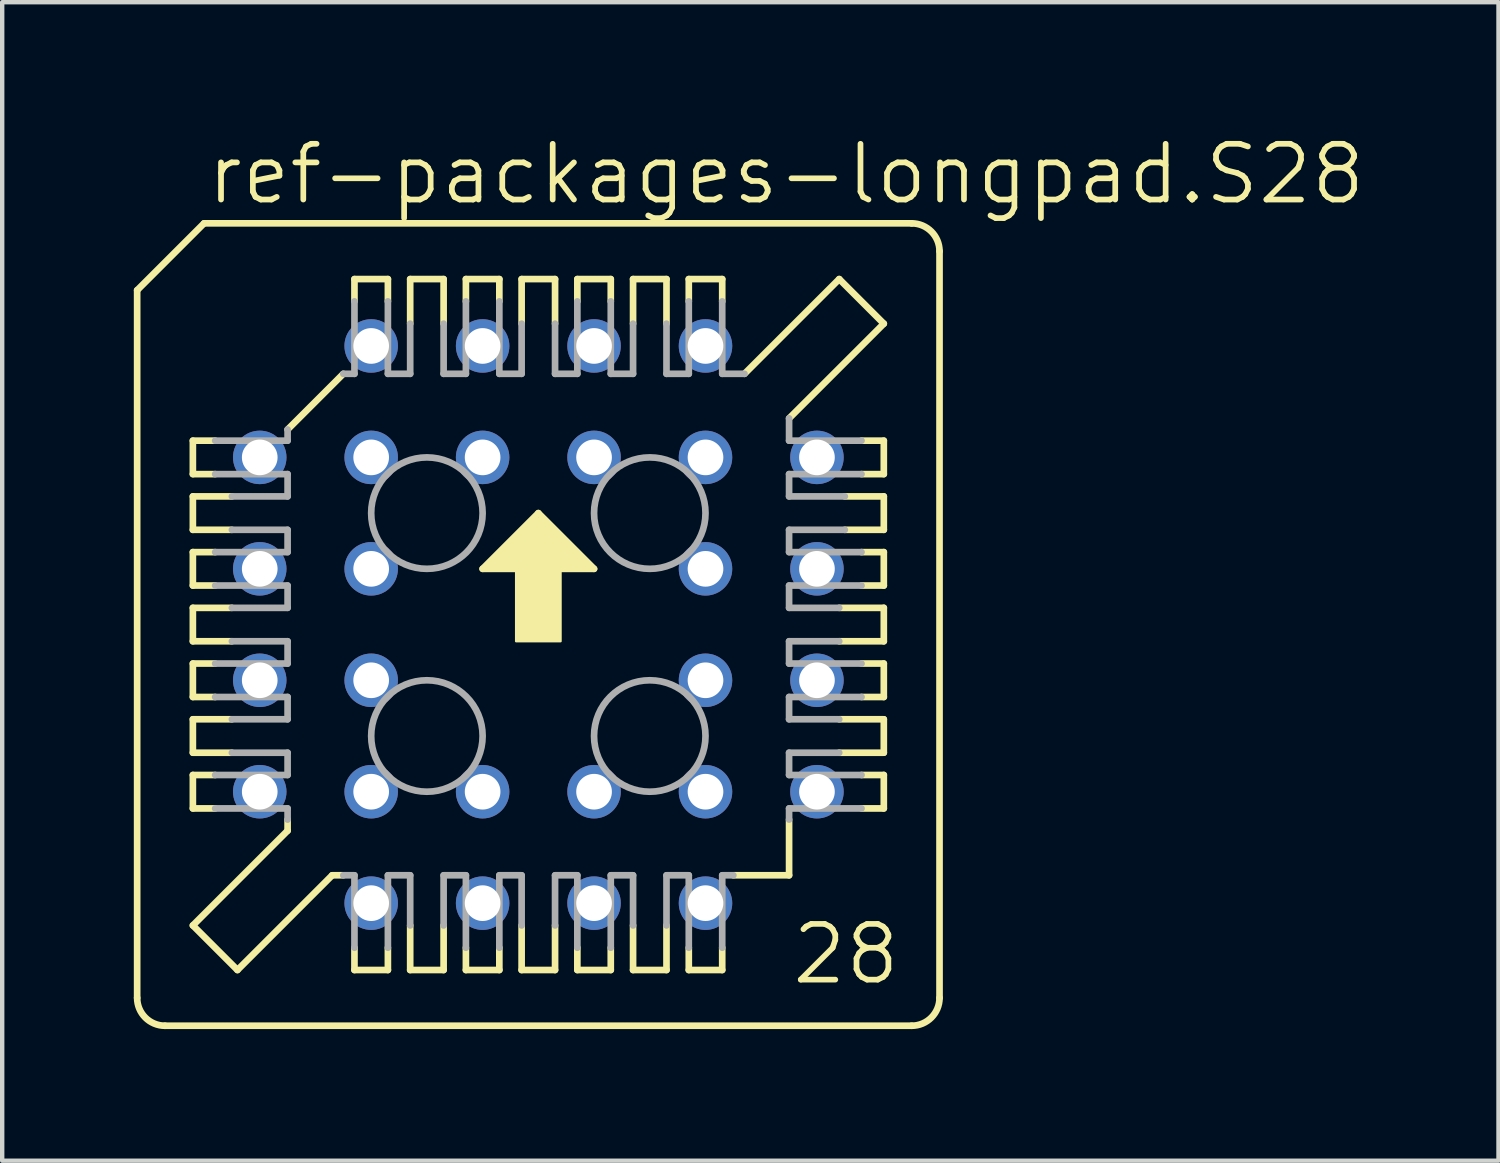
<source format=kicad_pcb>
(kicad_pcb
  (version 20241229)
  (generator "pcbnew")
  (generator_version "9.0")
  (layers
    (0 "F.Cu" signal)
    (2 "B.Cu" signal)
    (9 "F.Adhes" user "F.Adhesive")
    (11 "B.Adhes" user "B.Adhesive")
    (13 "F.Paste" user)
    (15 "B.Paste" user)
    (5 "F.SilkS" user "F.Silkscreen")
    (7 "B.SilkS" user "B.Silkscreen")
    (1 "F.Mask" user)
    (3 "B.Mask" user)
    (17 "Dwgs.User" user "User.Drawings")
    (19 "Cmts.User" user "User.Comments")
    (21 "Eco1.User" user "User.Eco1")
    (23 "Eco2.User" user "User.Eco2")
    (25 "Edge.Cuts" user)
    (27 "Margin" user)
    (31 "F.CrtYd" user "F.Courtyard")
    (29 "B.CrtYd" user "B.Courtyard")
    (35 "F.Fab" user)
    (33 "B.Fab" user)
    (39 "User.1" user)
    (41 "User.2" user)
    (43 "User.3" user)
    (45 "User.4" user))
  (footprint "ref-packages-longpad.S28"
    (layer "F.Cu")
    (at 9.22 11.185)
    (property "Reference" "ref-packages-longpad.S28" (at -7.62 -9.525 0) (layer "F.SilkS") (effects (font (size 1.27 1.27) (thickness 0.13)) (justify left bottom)))
    (attr through_hole)
    (fp_line (start -9.144 -7.62) (end -9.144 8.509) (stroke (width 0.152) (type default)) (layer "F.SilkS"))
    (fp_line (start -7.874 -4.191) (end -7.366 -4.191) (stroke (width 0.152) (type default)) (layer "F.SilkS"))
    (fp_line (start -7.874 -3.429) (end -7.874 -4.191) (stroke (width 0.152) (type default)) (layer "F.SilkS"))
    (fp_line (start -7.874 -2.921) (end -6.985 -2.921) (stroke (width 0.152) (type default)) (layer "F.SilkS"))
    (fp_line (start -7.874 -2.159) (end -7.874 -2.921) (stroke (width 0.152) (type default)) (layer "F.SilkS"))
    (fp_line (start -7.874 -1.651) (end -7.366 -1.651) (stroke (width 0.152) (type default)) (layer "F.SilkS"))
    (fp_line (start -7.874 -0.889) (end -7.874 -1.651) (stroke (width 0.152) (type default)) (layer "F.SilkS"))
    (fp_line (start -7.874 -0.381) (end -6.985 -0.381) (stroke (width 0.152) (type default)) (layer "F.SilkS"))
    (fp_line (start -7.874 0.381) (end -7.874 -0.381) (stroke (width 0.152) (type default)) (layer "F.SilkS"))
    (fp_line (start -7.874 0.889) (end -7.366 0.889) (stroke (width 0.152) (type default)) (layer "F.SilkS"))
    (fp_line (start -7.874 1.651) (end -7.874 0.889) (stroke (width 0.152) (type default)) (layer "F.SilkS"))
    (fp_line (start -7.874 2.159) (end -6.985 2.159) (stroke (width 0.152) (type default)) (layer "F.SilkS"))
    (fp_line (start -7.874 2.921) (end -7.874 2.159) (stroke (width 0.152) (type default)) (layer "F.SilkS"))
    (fp_line (start -7.874 3.429) (end -7.366 3.429) (stroke (width 0.152) (type default)) (layer "F.SilkS"))
    (fp_line (start -7.874 4.191) (end -7.874 3.429) (stroke (width 0.152) (type default)) (layer "F.SilkS"))
    (fp_line (start -7.874 6.858) (end -5.715 4.699) (stroke (width 0.152) (type default)) (layer "F.SilkS"))
    (fp_line (start -7.62 -9.144) (end -9.144 -7.62) (stroke (width 0.152) (type default)) (layer "F.SilkS"))
    (fp_line (start -7.366 -3.429) (end -7.874 -3.429) (stroke (width 0.152) (type default)) (layer "F.SilkS"))
    (fp_line (start -7.366 -0.889) (end -7.874 -0.889) (stroke (width 0.152) (type default)) (layer "F.SilkS"))
    (fp_line (start -7.366 1.651) (end -7.874 1.651) (stroke (width 0.152) (type default)) (layer "F.SilkS"))
    (fp_line (start -7.366 4.191) (end -7.874 4.191) (stroke (width 0.152) (type default)) (layer "F.SilkS"))
    (fp_line (start -6.985 -2.159) (end -7.874 -2.159) (stroke (width 0.152) (type default)) (layer "F.SilkS"))
    (fp_line (start -6.985 0.381) (end -7.874 0.381) (stroke (width 0.152) (type default)) (layer "F.SilkS"))
    (fp_line (start -6.985 2.921) (end -7.874 2.921) (stroke (width 0.152) (type default)) (layer "F.SilkS"))
    (fp_line (start -6.858 7.874) (end -7.874 6.858) (stroke (width 0.152) (type default)) (layer "F.SilkS"))
    (fp_line (start -6.858 7.874) (end -4.699 5.715) (stroke (width 0.152) (type default)) (layer "F.SilkS"))
    (fp_line (start -5.715 -4.445) (end -4.445 -5.715) (stroke (width 0.152) (type default)) (layer "F.SilkS"))
    (fp_line (start -5.715 4.699) (end -5.715 4.445) (stroke (width 0.152) (type default)) (layer "F.SilkS"))
    (fp_line (start -4.699 5.715) (end -4.445 5.715) (stroke (width 0.152) (type default)) (layer "F.SilkS"))
    (fp_line (start -4.191 -7.874) (end -4.191 -7.366) (stroke (width 0.152) (type default)) (layer "F.SilkS"))
    (fp_line (start -4.191 7.366) (end -4.191 7.874) (stroke (width 0.152) (type default)) (layer "F.SilkS"))
    (fp_line (start -4.191 7.874) (end -3.429 7.874) (stroke (width 0.152) (type default)) (layer "F.SilkS"))
    (fp_line (start -3.429 -7.874) (end -4.191 -7.874) (stroke (width 0.152) (type default)) (layer "F.SilkS"))
    (fp_line (start -3.429 -7.366) (end -3.429 -7.874) (stroke (width 0.152) (type default)) (layer "F.SilkS"))
    (fp_line (start -3.429 7.874) (end -3.429 7.366) (stroke (width 0.152) (type default)) (layer "F.SilkS"))
    (fp_line (start -2.921 -7.874) (end -2.921 -6.858) (stroke (width 0.152) (type default)) (layer "F.SilkS"))
    (fp_line (start -2.921 6.858) (end -2.921 7.874) (stroke (width 0.152) (type default)) (layer "F.SilkS"))
    (fp_line (start -2.921 7.874) (end -2.159 7.874) (stroke (width 0.152) (type default)) (layer "F.SilkS"))
    (fp_line (start -2.159 -7.874) (end -2.921 -7.874) (stroke (width 0.152) (type default)) (layer "F.SilkS"))
    (fp_line (start -2.159 -6.858) (end -2.159 -7.874) (stroke (width 0.152) (type default)) (layer "F.SilkS"))
    (fp_line (start -2.159 7.874) (end -2.159 6.858) (stroke (width 0.152) (type default)) (layer "F.SilkS"))
    (fp_line (start -1.651 -7.874) (end -1.651 -7.366) (stroke (width 0.152) (type default)) (layer "F.SilkS"))
    (fp_line (start -1.651 7.366) (end -1.651 7.874) (stroke (width 0.152) (type default)) (layer "F.SilkS"))
    (fp_line (start -1.651 7.874) (end -0.889 7.874) (stroke (width 0.152) (type default)) (layer "F.SilkS"))
    (fp_line (start -1.27 -1.27) (end 1.27 -1.27) (stroke (width 0.152) (type default)) (layer "F.SilkS"))
    (fp_line (start -0.889 -7.874) (end -1.651 -7.874) (stroke (width 0.152) (type default)) (layer "F.SilkS"))
    (fp_line (start -0.889 -7.366) (end -0.889 -7.874) (stroke (width 0.152) (type default)) (layer "F.SilkS"))
    (fp_line (start -0.889 7.874) (end -0.889 7.366) (stroke (width 0.152) (type default)) (layer "F.SilkS"))
    (fp_line (start -0.381 -7.874) (end -0.381 -6.858) (stroke (width 0.152) (type default)) (layer "F.SilkS"))
    (fp_line (start -0.381 6.858) (end -0.381 7.874) (stroke (width 0.152) (type default)) (layer "F.SilkS"))
    (fp_line (start -0.381 7.874) (end 0.381 7.874) (stroke (width 0.152) (type default)) (layer "F.SilkS"))
    (fp_line (start 0 -2.54) (end -1.27 -1.27) (stroke (width 0.152) (type default)) (layer "F.SilkS"))
    (fp_line (start 0.381 -7.874) (end -0.381 -7.874) (stroke (width 0.152) (type default)) (layer "F.SilkS"))
    (fp_line (start 0.381 -6.858) (end 0.381 -7.874) (stroke (width 0.152) (type default)) (layer "F.SilkS"))
    (fp_line (start 0.381 7.874) (end 0.381 6.858) (stroke (width 0.152) (type default)) (layer "F.SilkS"))
    (fp_line (start 0.889 -7.874) (end 0.889 -7.366) (stroke (width 0.152) (type default)) (layer "F.SilkS"))
    (fp_line (start 0.889 7.366) (end 0.889 7.874) (stroke (width 0.152) (type default)) (layer "F.SilkS"))
    (fp_line (start 0.889 7.874) (end 1.651 7.874) (stroke (width 0.152) (type default)) (layer "F.SilkS"))
    (fp_line (start 1.27 -1.27) (end 0 -2.54) (stroke (width 0.152) (type default)) (layer "F.SilkS"))
    (fp_line (start 1.651 -7.874) (end 0.889 -7.874) (stroke (width 0.152) (type default)) (layer "F.SilkS"))
    (fp_line (start 1.651 -7.366) (end 1.651 -7.874) (stroke (width 0.152) (type default)) (layer "F.SilkS"))
    (fp_line (start 1.651 7.874) (end 1.651 7.366) (stroke (width 0.152) (type default)) (layer "F.SilkS"))
    (fp_line (start 2.159 -7.874) (end 2.159 -6.858) (stroke (width 0.152) (type default)) (layer "F.SilkS"))
    (fp_line (start 2.159 6.858) (end 2.159 7.874) (stroke (width 0.152) (type default)) (layer "F.SilkS"))
    (fp_line (start 2.159 7.874) (end 2.921 7.874) (stroke (width 0.152) (type default)) (layer "F.SilkS"))
    (fp_line (start 2.921 -7.874) (end 2.159 -7.874) (stroke (width 0.152) (type default)) (layer "F.SilkS"))
    (fp_line (start 2.921 -6.858) (end 2.921 -7.874) (stroke (width 0.152) (type default)) (layer "F.SilkS"))
    (fp_line (start 2.921 7.874) (end 2.921 6.858) (stroke (width 0.152) (type default)) (layer "F.SilkS"))
    (fp_line (start 3.429 -7.874) (end 3.429 -7.366) (stroke (width 0.152) (type default)) (layer "F.SilkS"))
    (fp_line (start 3.429 7.366) (end 3.429 7.874) (stroke (width 0.152) (type default)) (layer "F.SilkS"))
    (fp_line (start 3.429 7.874) (end 4.191 7.874) (stroke (width 0.152) (type default)) (layer "F.SilkS"))
    (fp_line (start 4.191 -7.874) (end 3.429 -7.874) (stroke (width 0.152) (type default)) (layer "F.SilkS"))
    (fp_line (start 4.191 -7.366) (end 4.191 -7.874) (stroke (width 0.152) (type default)) (layer "F.SilkS"))
    (fp_line (start 4.191 7.874) (end 4.191 7.366) (stroke (width 0.152) (type default)) (layer "F.SilkS"))
    (fp_line (start 4.445 5.715) (end 5.715 5.715) (stroke (width 0.152) (type default)) (layer "F.SilkS"))
    (fp_line (start 5.715 4.445) (end 5.715 5.715) (stroke (width 0.152) (type default)) (layer "F.SilkS"))
    (fp_line (start 6.858 -7.874) (end 4.699 -5.715) (stroke (width 0.152) (type default)) (layer "F.SilkS"))
    (fp_line (start 6.858 -0.381) (end 7.874 -0.381) (stroke (width 0.152) (type default)) (layer "F.SilkS"))
    (fp_line (start 6.858 2.159) (end 7.874 2.159) (stroke (width 0.152) (type default)) (layer "F.SilkS"))
    (fp_line (start 6.985 -2.921) (end 7.874 -2.921) (stroke (width 0.152) (type default)) (layer "F.SilkS"))
    (fp_line (start 7.366 -4.191) (end 7.874 -4.191) (stroke (width 0.152) (type default)) (layer "F.SilkS"))
    (fp_line (start 7.366 -1.651) (end 7.874 -1.651) (stroke (width 0.152) (type default)) (layer "F.SilkS"))
    (fp_line (start 7.366 0.889) (end 7.874 0.889) (stroke (width 0.152) (type default)) (layer "F.SilkS"))
    (fp_line (start 7.366 3.429) (end 7.874 3.429) (stroke (width 0.152) (type default)) (layer "F.SilkS"))
    (fp_line (start 7.874 -6.858) (end 5.715 -4.699) (stroke (width 0.152) (type default)) (layer "F.SilkS"))
    (fp_line (start 7.874 -6.858) (end 6.858 -7.874) (stroke (width 0.152) (type default)) (layer "F.SilkS"))
    (fp_line (start 7.874 -4.191) (end 7.874 -3.429) (stroke (width 0.152) (type default)) (layer "F.SilkS"))
    (fp_line (start 7.874 -3.429) (end 7.366 -3.429) (stroke (width 0.152) (type default)) (layer "F.SilkS"))
    (fp_line (start 7.874 -2.921) (end 7.874 -2.159) (stroke (width 0.152) (type default)) (layer "F.SilkS"))
    (fp_line (start 7.874 -2.159) (end 6.985 -2.159) (stroke (width 0.152) (type default)) (layer "F.SilkS"))
    (fp_line (start 7.874 -1.651) (end 7.874 -0.889) (stroke (width 0.152) (type default)) (layer "F.SilkS"))
    (fp_line (start 7.874 -0.889) (end 7.366 -0.889) (stroke (width 0.152) (type default)) (layer "F.SilkS"))
    (fp_line (start 7.874 -0.381) (end 7.874 0.381) (stroke (width 0.152) (type default)) (layer "F.SilkS"))
    (fp_line (start 7.874 0.381) (end 6.858 0.381) (stroke (width 0.152) (type default)) (layer "F.SilkS"))
    (fp_line (start 7.874 0.889) (end 7.874 1.651) (stroke (width 0.152) (type default)) (layer "F.SilkS"))
    (fp_line (start 7.874 1.651) (end 7.366 1.651) (stroke (width 0.152) (type default)) (layer "F.SilkS"))
    (fp_line (start 7.874 2.159) (end 7.874 2.921) (stroke (width 0.152) (type default)) (layer "F.SilkS"))
    (fp_line (start 7.874 2.921) (end 6.858 2.921) (stroke (width 0.152) (type default)) (layer "F.SilkS"))
    (fp_line (start 7.874 3.429) (end 7.874 4.191) (stroke (width 0.152) (type default)) (layer "F.SilkS"))
    (fp_line (start 7.874 4.191) (end 7.366 4.191) (stroke (width 0.152) (type default)) (layer "F.SilkS"))
    (fp_line (start 8.509 -9.144) (end -7.62 -9.144) (stroke (width 0.152) (type default)) (layer "F.SilkS"))
    (fp_line (start 8.509 9.144) (end -8.509 9.144) (stroke (width 0.152) (type default)) (layer "F.SilkS"))
    (fp_line (start 9.144 8.509) (end 9.144 -8.509) (stroke (width 0.152) (type default)) (layer "F.SilkS"))
    (fp_rect (start -1.143 -1.27) (end -0.889 -1.397) (stroke (width 0.05) (type default)) (fill yes) (layer "F.SilkS"))
    (fp_rect (start -1.016 -1.397) (end -0.889 -1.524) (stroke (width 0.05) (type default)) (fill yes) (layer "F.SilkS"))
    (fp_rect (start -0.889 -1.27) (end 0.889 -1.651) (stroke (width 0.05) (type default)) (fill yes) (layer "F.SilkS"))
    (fp_rect (start -0.762 -1.651) (end -0.635 -1.778) (stroke (width 0.05) (type default)) (fill yes) (layer "F.SilkS"))
    (fp_rect (start -0.635 -1.651) (end 0.635 -1.905) (stroke (width 0.05) (type default)) (fill yes) (layer "F.SilkS"))
    (fp_rect (start -0.508 -1.905) (end -0.381 -2.032) (stroke (width 0.05) (type default)) (fill yes) (layer "F.SilkS"))
    (fp_rect (start -0.508 0.381) (end 0.508 -1.524) (stroke (width 0.05) (type default)) (fill yes) (layer "F.SilkS"))
    (fp_rect (start -0.381 -1.905) (end 0.381 -2.159) (stroke (width 0.05) (type default)) (fill yes) (layer "F.SilkS"))
    (fp_rect (start -0.254 -2.159) (end -0.127 -2.286) (stroke (width 0.05) (type default)) (fill yes) (layer "F.SilkS"))
    (fp_rect (start -0.127 -2.159) (end 0.127 -2.413) (stroke (width 0.05) (type default)) (fill yes) (layer "F.SilkS"))
    (fp_rect (start 0.127 -2.159) (end 0.254 -2.286) (stroke (width 0.05) (type default)) (fill yes) (layer "F.SilkS"))
    (fp_rect (start 0.381 -1.905) (end 0.508 -2.032) (stroke (width 0.05) (type default)) (fill yes) (layer "F.SilkS"))
    (fp_rect (start 0.635 -1.651) (end 0.762 -1.778) (stroke (width 0.05) (type default)) (fill yes) (layer "F.SilkS"))
    (fp_rect (start 0.889 -1.397) (end 1.016 -1.524) (stroke (width 0.05) (type default)) (fill yes) (layer "F.SilkS"))
    (fp_rect (start 0.889 -1.27) (end 1.143 -1.397) (stroke (width 0.05) (type default)) (fill yes) (layer "F.SilkS"))
    (fp_arc (start -8.509 9.144) (mid -8.958013 8.958013) (end -9.144 8.509) (stroke (width 0.1524) (type default)) (layer "F.SilkS"))
    (fp_arc (start 8.509 -9.144) (mid 8.958013 -8.958013) (end 9.144 -8.509) (stroke (width 0.1524) (type default)) (layer "F.SilkS"))
    (fp_arc (start 9.144 8.509) (mid 8.958013 8.958013) (end 8.509 9.144) (stroke (width 0.1524) (type default)) (layer "F.SilkS"))
    (fp_line (start -7.366 -3.429) (end -5.715 -3.429) (stroke (width 0.152) (type default)) (layer "F.Fab"))
    (fp_line (start -7.366 -0.889) (end -5.715 -0.889) (stroke (width 0.152) (type default)) (layer "F.Fab"))
    (fp_line (start -7.366 1.651) (end -5.715 1.651) (stroke (width 0.152) (type default)) (layer "F.Fab"))
    (fp_line (start -7.366 4.191) (end -5.715 4.191) (stroke (width 0.152) (type default)) (layer "F.Fab"))
    (fp_line (start -6.985 -2.159) (end -5.715 -2.159) (stroke (width 0.152) (type default)) (layer "F.Fab"))
    (fp_line (start -6.985 0.381) (end -5.715 0.381) (stroke (width 0.152) (type default)) (layer "F.Fab"))
    (fp_line (start -6.985 2.921) (end -5.715 2.921) (stroke (width 0.152) (type default)) (layer "F.Fab"))
    (fp_line (start -5.715 -4.191) (end -7.366 -4.191) (stroke (width 0.152) (type default)) (layer "F.Fab"))
    (fp_line (start -5.715 -4.191) (end -5.715 -4.445) (stroke (width 0.152) (type default)) (layer "F.Fab"))
    (fp_line (start -5.715 -2.921) (end -6.985 -2.921) (stroke (width 0.152) (type default)) (layer "F.Fab"))
    (fp_line (start -5.715 -2.921) (end -5.715 -3.429) (stroke (width 0.152) (type default)) (layer "F.Fab"))
    (fp_line (start -5.715 -1.651) (end -7.366 -1.651) (stroke (width 0.152) (type default)) (layer "F.Fab"))
    (fp_line (start -5.715 -1.651) (end -5.715 -2.159) (stroke (width 0.152) (type default)) (layer "F.Fab"))
    (fp_line (start -5.715 -0.381) (end -6.985 -0.381) (stroke (width 0.152) (type default)) (layer "F.Fab"))
    (fp_line (start -5.715 -0.381) (end -5.715 -0.889) (stroke (width 0.152) (type default)) (layer "F.Fab"))
    (fp_line (start -5.715 0.889) (end -7.366 0.889) (stroke (width 0.152) (type default)) (layer "F.Fab"))
    (fp_line (start -5.715 0.889) (end -5.715 0.381) (stroke (width 0.152) (type default)) (layer "F.Fab"))
    (fp_line (start -5.715 2.159) (end -6.985 2.159) (stroke (width 0.152) (type default)) (layer "F.Fab"))
    (fp_line (start -5.715 2.159) (end -5.715 1.651) (stroke (width 0.152) (type default)) (layer "F.Fab"))
    (fp_line (start -5.715 3.429) (end -7.366 3.429) (stroke (width 0.152) (type default)) (layer "F.Fab"))
    (fp_line (start -5.715 3.429) (end -5.715 2.921) (stroke (width 0.152) (type default)) (layer "F.Fab"))
    (fp_line (start -5.715 4.445) (end -5.715 4.191) (stroke (width 0.152) (type default)) (layer "F.Fab"))
    (fp_line (start -4.191 -5.715) (end -4.445 -5.715) (stroke (width 0.152) (type default)) (layer "F.Fab"))
    (fp_line (start -4.191 -5.715) (end -4.191 -7.366) (stroke (width 0.152) (type default)) (layer "F.Fab"))
    (fp_line (start -4.191 5.715) (end -4.445 5.715) (stroke (width 0.152) (type default)) (layer "F.Fab"))
    (fp_line (start -4.191 7.366) (end -4.191 5.715) (stroke (width 0.152) (type default)) (layer "F.Fab"))
    (fp_line (start -3.429 -7.366) (end -3.429 -5.715) (stroke (width 0.152) (type default)) (layer "F.Fab"))
    (fp_line (start -3.429 5.715) (end -3.429 7.366) (stroke (width 0.152) (type default)) (layer "F.Fab"))
    (fp_line (start -3.429 5.715) (end -2.921 5.715) (stroke (width 0.152) (type default)) (layer "F.Fab"))
    (fp_line (start -2.921 -5.715) (end -3.429 -5.715) (stroke (width 0.152) (type default)) (layer "F.Fab"))
    (fp_line (start -2.921 -5.715) (end -2.921 -6.858) (stroke (width 0.152) (type default)) (layer "F.Fab"))
    (fp_line (start -2.921 6.858) (end -2.921 5.715) (stroke (width 0.152) (type default)) (layer "F.Fab"))
    (fp_line (start -2.159 -6.858) (end -2.159 -5.715) (stroke (width 0.152) (type default)) (layer "F.Fab"))
    (fp_line (start -2.159 5.715) (end -2.159 6.858) (stroke (width 0.152) (type default)) (layer "F.Fab"))
    (fp_line (start -2.159 5.715) (end -1.651 5.715) (stroke (width 0.152) (type default)) (layer "F.Fab"))
    (fp_line (start -1.651 -5.715) (end -2.159 -5.715) (stroke (width 0.152) (type default)) (layer "F.Fab"))
    (fp_line (start -1.651 -5.715) (end -1.651 -7.366) (stroke (width 0.152) (type default)) (layer "F.Fab"))
    (fp_line (start -1.651 7.366) (end -1.651 5.715) (stroke (width 0.152) (type default)) (layer "F.Fab"))
    (fp_line (start -0.889 -7.366) (end -0.889 -5.715) (stroke (width 0.152) (type default)) (layer "F.Fab"))
    (fp_line (start -0.889 5.715) (end -0.889 7.366) (stroke (width 0.152) (type default)) (layer "F.Fab"))
    (fp_line (start -0.889 5.715) (end -0.381 5.715) (stroke (width 0.152) (type default)) (layer "F.Fab"))
    (fp_line (start -0.381 -5.715) (end -0.889 -5.715) (stroke (width 0.152) (type default)) (layer "F.Fab"))
    (fp_line (start -0.381 -5.715) (end -0.381 -6.858) (stroke (width 0.152) (type default)) (layer "F.Fab"))
    (fp_line (start -0.381 6.858) (end -0.381 5.715) (stroke (width 0.152) (type default)) (layer "F.Fab"))
    (fp_line (start 0.381 -6.858) (end 0.381 -5.715) (stroke (width 0.152) (type default)) (layer "F.Fab"))
    (fp_line (start 0.381 5.715) (end 0.381 6.858) (stroke (width 0.152) (type default)) (layer "F.Fab"))
    (fp_line (start 0.381 5.715) (end 0.889 5.715) (stroke (width 0.152) (type default)) (layer "F.Fab"))
    (fp_line (start 0.889 -5.715) (end 0.381 -5.715) (stroke (width 0.152) (type default)) (layer "F.Fab"))
    (fp_line (start 0.889 -5.715) (end 0.889 -7.366) (stroke (width 0.152) (type default)) (layer "F.Fab"))
    (fp_line (start 0.889 7.366) (end 0.889 5.715) (stroke (width 0.152) (type default)) (layer "F.Fab"))
    (fp_line (start 1.651 -7.366) (end 1.651 -5.715) (stroke (width 0.152) (type default)) (layer "F.Fab"))
    (fp_line (start 1.651 5.715) (end 1.651 7.366) (stroke (width 0.152) (type default)) (layer "F.Fab"))
    (fp_line (start 1.651 5.715) (end 2.159 5.715) (stroke (width 0.152) (type default)) (layer "F.Fab"))
    (fp_line (start 2.159 -5.715) (end 1.651 -5.715) (stroke (width 0.152) (type default)) (layer "F.Fab"))
    (fp_line (start 2.159 -5.715) (end 2.159 -6.858) (stroke (width 0.152) (type default)) (layer "F.Fab"))
    (fp_line (start 2.159 6.858) (end 2.159 5.715) (stroke (width 0.152) (type default)) (layer "F.Fab"))
    (fp_line (start 2.921 -6.858) (end 2.921 -5.715) (stroke (width 0.152) (type default)) (layer "F.Fab"))
    (fp_line (start 2.921 5.715) (end 2.921 6.858) (stroke (width 0.152) (type default)) (layer "F.Fab"))
    (fp_line (start 2.921 5.715) (end 3.429 5.715) (stroke (width 0.152) (type default)) (layer "F.Fab"))
    (fp_line (start 3.429 -5.715) (end 2.921 -5.715) (stroke (width 0.152) (type default)) (layer "F.Fab"))
    (fp_line (start 3.429 -5.715) (end 3.429 -7.366) (stroke (width 0.152) (type default)) (layer "F.Fab"))
    (fp_line (start 3.429 7.366) (end 3.429 5.715) (stroke (width 0.152) (type default)) (layer "F.Fab"))
    (fp_line (start 4.191 -7.366) (end 4.191 -5.715) (stroke (width 0.152) (type default)) (layer "F.Fab"))
    (fp_line (start 4.191 5.715) (end 4.191 7.366) (stroke (width 0.152) (type default)) (layer "F.Fab"))
    (fp_line (start 4.445 5.715) (end 4.191 5.715) (stroke (width 0.152) (type default)) (layer "F.Fab"))
    (fp_line (start 4.699 -5.715) (end 4.191 -5.715) (stroke (width 0.152) (type default)) (layer "F.Fab"))
    (fp_line (start 5.715 -4.699) (end 5.715 -4.191) (stroke (width 0.152) (type default)) (layer "F.Fab"))
    (fp_line (start 5.715 -3.429) (end 5.715 -2.921) (stroke (width 0.152) (type default)) (layer "F.Fab"))
    (fp_line (start 5.715 -3.429) (end 7.366 -3.429) (stroke (width 0.152) (type default)) (layer "F.Fab"))
    (fp_line (start 5.715 -2.159) (end 5.715 -1.651) (stroke (width 0.152) (type default)) (layer "F.Fab"))
    (fp_line (start 5.715 -2.159) (end 6.985 -2.159) (stroke (width 0.152) (type default)) (layer "F.Fab"))
    (fp_line (start 5.715 -0.889) (end 5.715 -0.381) (stroke (width 0.152) (type default)) (layer "F.Fab"))
    (fp_line (start 5.715 -0.889) (end 7.366 -0.889) (stroke (width 0.152) (type default)) (layer "F.Fab"))
    (fp_line (start 5.715 0.381) (end 5.715 0.889) (stroke (width 0.152) (type default)) (layer "F.Fab"))
    (fp_line (start 5.715 0.381) (end 6.858 0.381) (stroke (width 0.152) (type default)) (layer "F.Fab"))
    (fp_line (start 5.715 1.651) (end 5.715 2.159) (stroke (width 0.152) (type default)) (layer "F.Fab"))
    (fp_line (start 5.715 1.651) (end 7.366 1.651) (stroke (width 0.152) (type default)) (layer "F.Fab"))
    (fp_line (start 5.715 2.921) (end 5.715 3.429) (stroke (width 0.152) (type default)) (layer "F.Fab"))
    (fp_line (start 5.715 2.921) (end 6.858 2.921) (stroke (width 0.152) (type default)) (layer "F.Fab"))
    (fp_line (start 5.715 4.191) (end 7.366 4.191) (stroke (width 0.152) (type default)) (layer "F.Fab"))
    (fp_line (start 5.715 4.445) (end 5.715 4.191) (stroke (width 0.152) (type default)) (layer "F.Fab"))
    (fp_line (start 6.858 -0.381) (end 5.715 -0.381) (stroke (width 0.152) (type default)) (layer "F.Fab"))
    (fp_line (start 6.858 2.159) (end 5.715 2.159) (stroke (width 0.152) (type default)) (layer "F.Fab"))
    (fp_line (start 6.985 -2.921) (end 5.715 -2.921) (stroke (width 0.152) (type default)) (layer "F.Fab"))
    (fp_line (start 7.366 -4.191) (end 5.715 -4.191) (stroke (width 0.152) (type default)) (layer "F.Fab"))
    (fp_line (start 7.366 -1.651) (end 5.715 -1.651) (stroke (width 0.152) (type default)) (layer "F.Fab"))
    (fp_line (start 7.366 0.889) (end 5.715 0.889) (stroke (width 0.152) (type default)) (layer "F.Fab"))
    (fp_line (start 7.366 3.429) (end 5.715 3.429) (stroke (width 0.152) (type default)) (layer "F.Fab"))
    (fp_circle (center -2.54 -2.54) (end -1.27 -2.54) (stroke (width 0.152) (type default)) (fill no) (layer "F.Fab"))
    (fp_circle (center -2.54 2.54) (end -1.27 2.54) (stroke (width 0.152) (type default)) (fill no) (layer "F.Fab"))
    (fp_circle (center 2.54 -2.54) (end 3.81 -2.54) (stroke (width 0.152) (type default)) (fill no) (layer "F.Fab"))
    (fp_circle (center 2.54 2.54) (end 3.81 2.54) (stroke (width 0.152) (type default)) (fill no) (layer "F.Fab"))
    (fp_text user "28" (at 5.715 8.255 0) (layer "F.SilkS") (effects (font (size 1.27 1.27) (thickness 0.13)) (justify left bottom)))
    (pad "1" thru_hole circle (at 1.27 -3.81) (size 1.219 1.219) (drill 0.813) (layers "*.Cu" "*.Mask"))
    (pad "2" thru_hole circle (at -1.27 -6.35) (size 1.219 1.219) (drill 0.813) (layers "*.Cu" "*.Mask"))
    (pad "3" thru_hole circle (at -1.27 -3.81) (size 1.219 1.219) (drill 0.813) (layers "*.Cu" "*.Mask"))
    (pad "4" thru_hole circle (at -3.81 -6.35) (size 1.219 1.219) (drill 0.813) (layers "*.Cu" "*.Mask"))
    (pad "5" thru_hole circle (at -6.35 -3.81) (size 1.219 1.219) (drill 0.813) (layers "*.Cu" "*.Mask"))
    (pad "6" thru_hole circle (at -3.81 -3.81) (size 1.219 1.219) (drill 0.813) (layers "*.Cu" "*.Mask"))
    (pad "7" thru_hole circle (at -6.35 -1.27) (size 1.219 1.219) (drill 0.813) (layers "*.Cu" "*.Mask"))
    (pad "8" thru_hole circle (at -3.81 -1.27) (size 1.219 1.219) (drill 0.813) (layers "*.Cu" "*.Mask"))
    (pad "9" thru_hole circle (at -6.35 1.27) (size 1.219 1.219) (drill 0.813) (layers "*.Cu" "*.Mask"))
    (pad "10" thru_hole circle (at -3.81 1.27) (size 1.219 1.219) (drill 0.813) (layers "*.Cu" "*.Mask"))
    (pad "11" thru_hole circle (at -6.35 3.81) (size 1.219 1.219) (drill 0.813) (layers "*.Cu" "*.Mask"))
    (pad "12" thru_hole circle (at -3.81 6.35) (size 1.219 1.219) (drill 0.813) (layers "*.Cu" "*.Mask"))
    (pad "13" thru_hole circle (at -3.81 3.81) (size 1.219 1.219) (drill 0.813) (layers "*.Cu" "*.Mask"))
    (pad "14" thru_hole circle (at -1.27 6.35) (size 1.219 1.219) (drill 0.813) (layers "*.Cu" "*.Mask"))
    (pad "15" thru_hole circle (at -1.27 3.81) (size 1.219 1.219) (drill 0.813) (layers "*.Cu" "*.Mask"))
    (pad "16" thru_hole circle (at 1.27 6.35) (size 1.219 1.219) (drill 0.813) (layers "*.Cu" "*.Mask"))
    (pad "17" thru_hole circle (at 1.27 3.81) (size 1.219 1.219) (drill 0.813) (layers "*.Cu" "*.Mask"))
    (pad "18" thru_hole circle (at 3.81 6.35) (size 1.219 1.219) (drill 0.813) (layers "*.Cu" "*.Mask"))
    (pad "19" thru_hole circle (at 6.35 3.81) (size 1.219 1.219) (drill 0.813) (layers "*.Cu" "*.Mask"))
    (pad "20" thru_hole circle (at 3.81 3.81) (size 1.219 1.219) (drill 0.813) (layers "*.Cu" "*.Mask"))
    (pad "21" thru_hole circle (at 6.35 1.27) (size 1.219 1.219) (drill 0.813) (layers "*.Cu" "*.Mask"))
    (pad "22" thru_hole circle (at 3.81 1.27) (size 1.219 1.219) (drill 0.813) (layers "*.Cu" "*.Mask"))
    (pad "23" thru_hole circle (at 6.35 -1.27) (size 1.219 1.219) (drill 0.813) (layers "*.Cu" "*.Mask"))
    (pad "24" thru_hole circle (at 3.81 -1.27) (size 1.219 1.219) (drill 0.813) (layers "*.Cu" "*.Mask"))
    (pad "25" thru_hole circle (at 6.35 -3.81) (size 1.219 1.219) (drill 0.813) (layers "*.Cu" "*.Mask"))
    (pad "26" thru_hole circle (at 3.81 -6.35) (size 1.219 1.219) (drill 0.813) (layers "*.Cu" "*.Mask"))
    (pad "27" thru_hole circle (at 3.81 -3.81) (size 1.219 1.219) (drill 0.813) (layers "*.Cu" "*.Mask"))
    (pad "28" thru_hole circle (at 1.27 -6.35) (size 1.219 1.219) (drill 0.813) (layers "*.Cu" "*.Mask")))
  (gr_rect
    (start -3 -3)
    (end 31.104 23.405)
    (stroke (width 0.1) (type default))
    (fill no)
    (layer "Edge.Cuts")))
</source>
